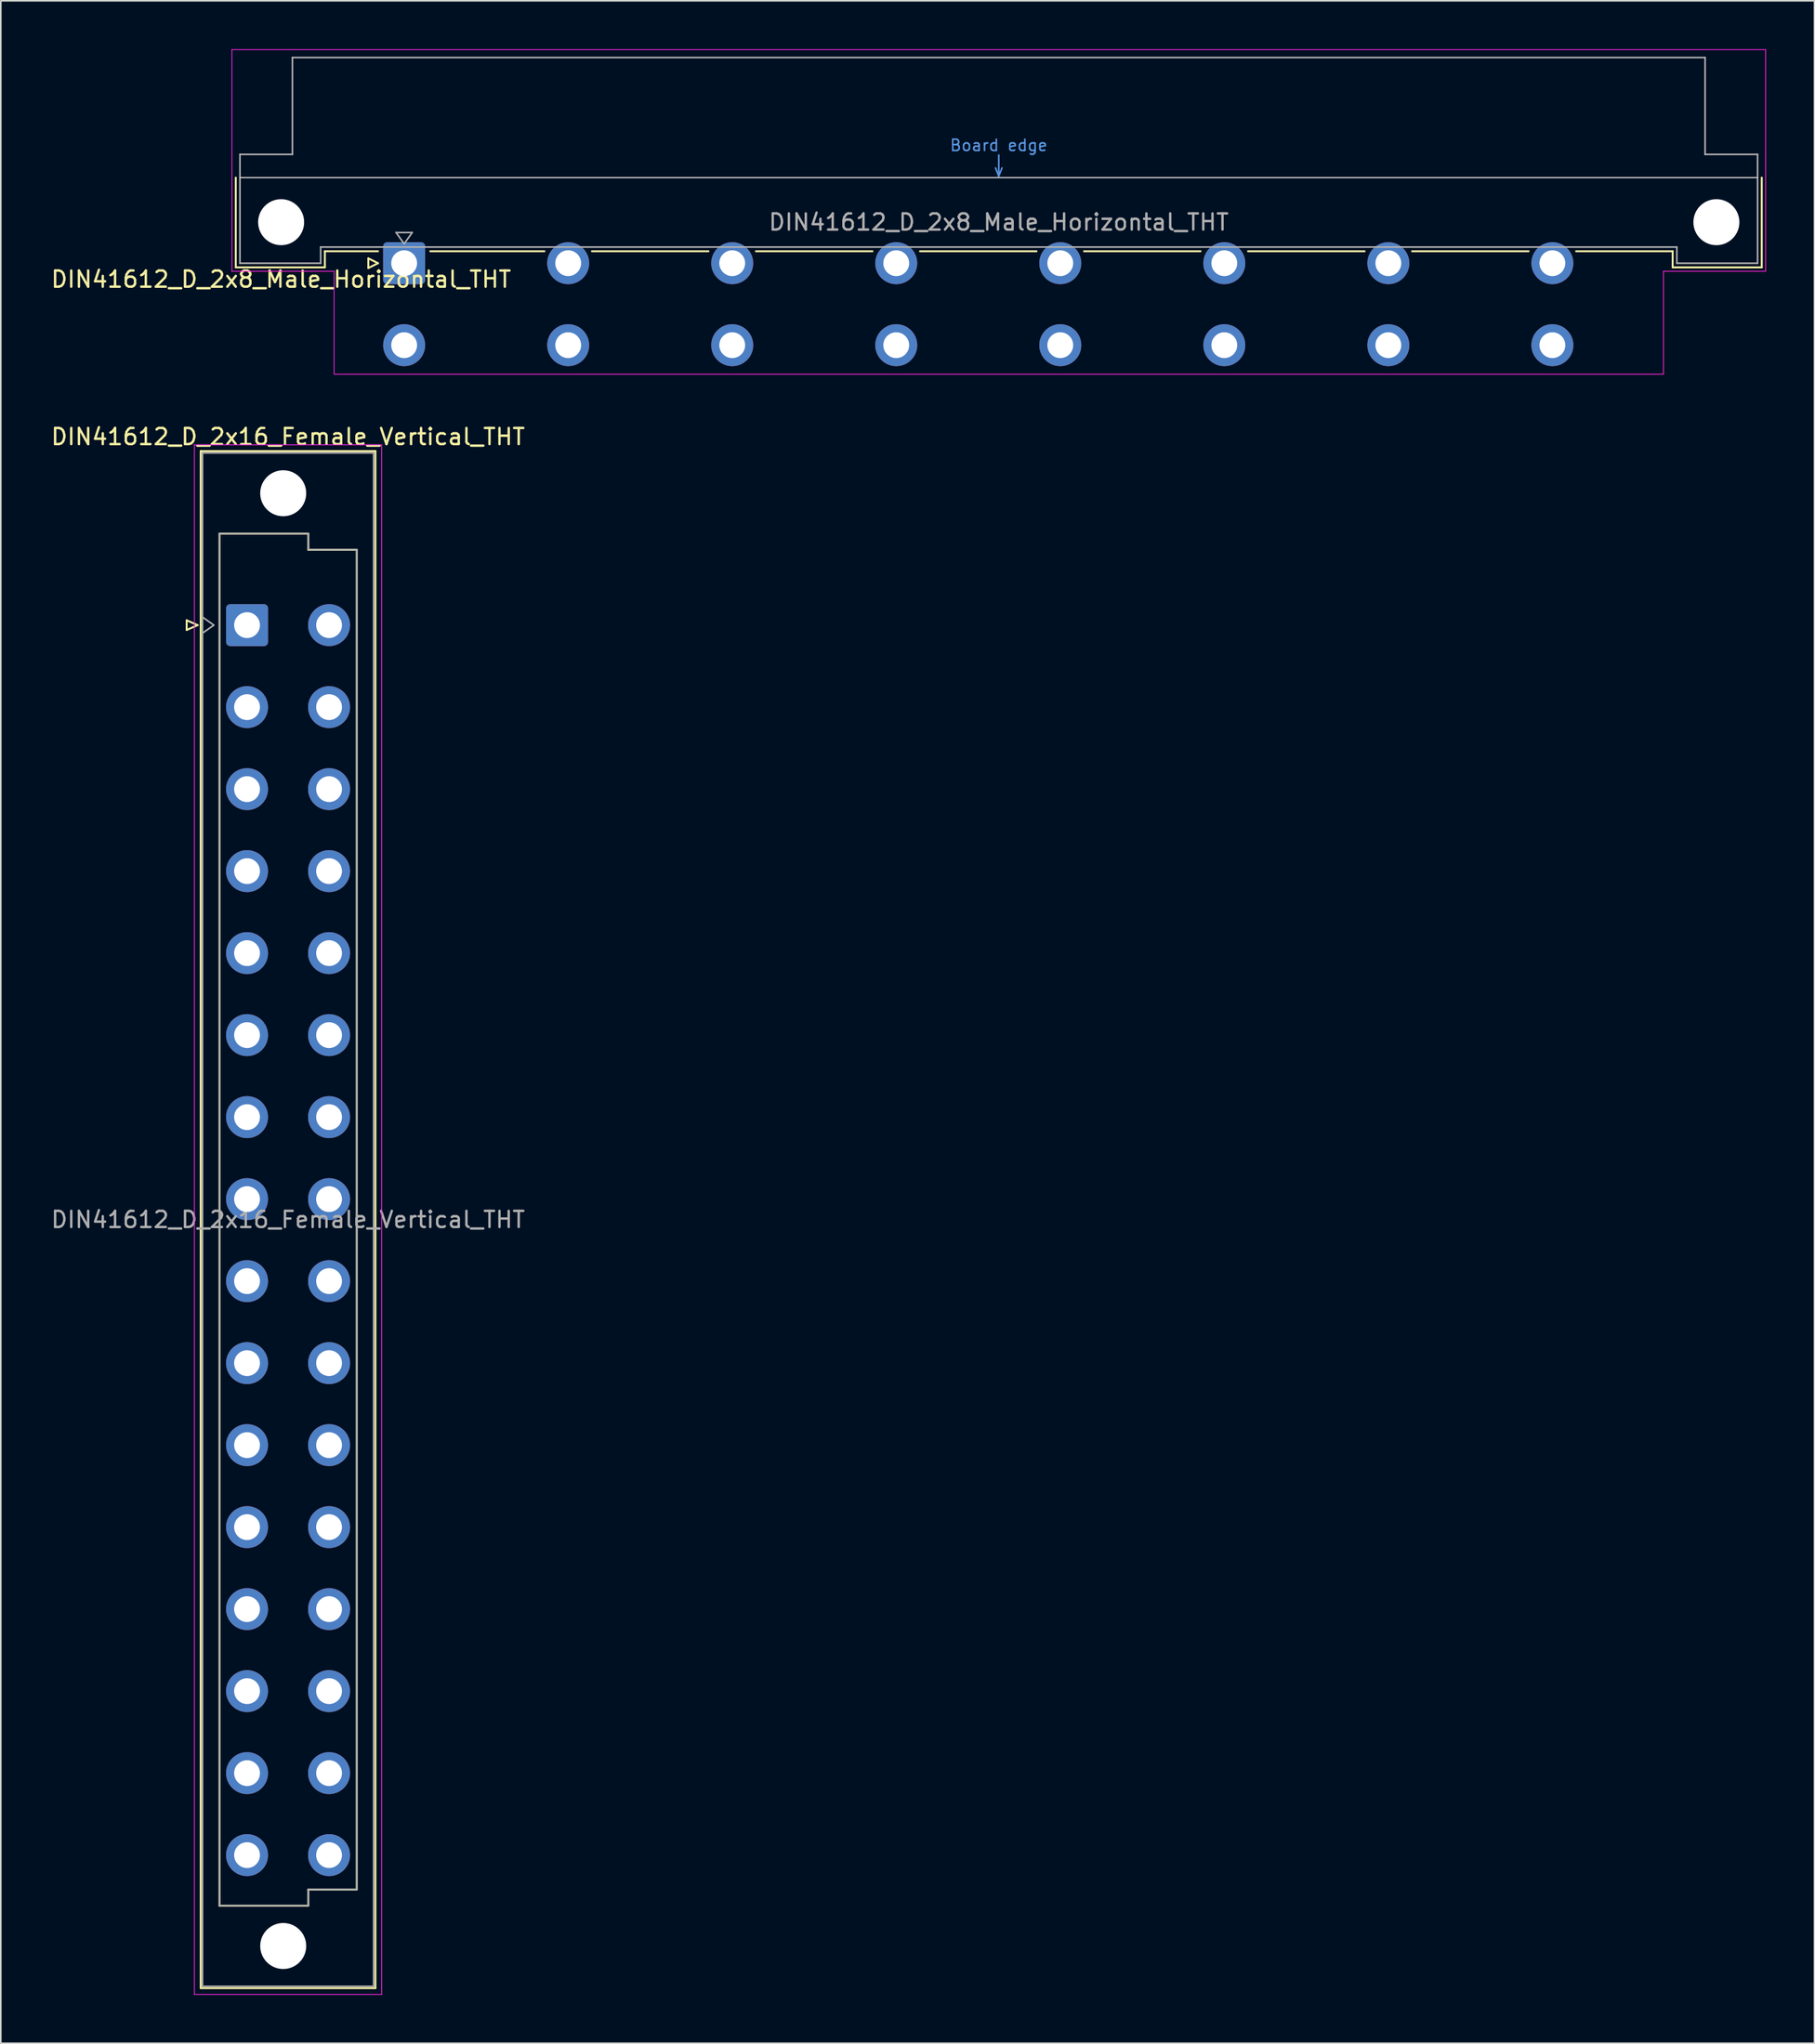
<source format=kicad_pcb>
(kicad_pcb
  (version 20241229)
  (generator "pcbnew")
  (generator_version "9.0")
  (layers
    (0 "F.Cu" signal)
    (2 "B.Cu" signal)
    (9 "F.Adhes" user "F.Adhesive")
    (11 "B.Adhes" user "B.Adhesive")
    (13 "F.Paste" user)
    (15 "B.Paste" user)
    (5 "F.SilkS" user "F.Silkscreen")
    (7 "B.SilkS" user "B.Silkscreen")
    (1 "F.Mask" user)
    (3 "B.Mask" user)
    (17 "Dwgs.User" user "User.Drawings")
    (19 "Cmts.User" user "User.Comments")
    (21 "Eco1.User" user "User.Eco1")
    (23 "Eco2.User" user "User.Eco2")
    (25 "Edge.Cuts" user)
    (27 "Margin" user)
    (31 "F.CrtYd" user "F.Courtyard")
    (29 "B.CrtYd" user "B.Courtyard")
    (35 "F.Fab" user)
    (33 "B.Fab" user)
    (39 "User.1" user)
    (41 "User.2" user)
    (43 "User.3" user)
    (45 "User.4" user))
  (footprint "DIN41612_D_2x8_Male_Horizontal_THT"
    (layer "F.Cu")
    (at 19.443 13.255)
    (property "Reference" "DIN41612_D_2x8_Male_Horizontal_THT" (at -5.08 1 0) (layer "F.SilkS") (effects (font (size 1 1) (thickness 0.15))))
    (attr through_hole)
    (fp_line (start -7.89 -5.3) (end -7.89 0.26) (stroke (width 0.12) (type solid)) (layer "F.SilkS"))
    (fp_line (start -7.89 0.26) (end -2.37 0.26) (stroke (width 0.12) (type solid)) (layer "F.SilkS"))
    (fp_line (start -2.371 -0.74) (end 0.92 -0.74) (stroke (width 0.12) (type solid)) (layer "F.SilkS"))
    (fp_line (start -2.37 0.26) (end -2.37 -0.74) (stroke (width 0.12) (type solid)) (layer "F.SilkS"))
    (fp_line (start 0.32 -0.3) (end 0.32 0.3) (stroke (width 0.12) (type solid)) (layer "F.SilkS"))
    (fp_line (start 0.32 0.3) (end 0.92 0) (stroke (width 0.12) (type solid)) (layer "F.SilkS"))
    (fp_line (start 0.92 0) (end 0.32 -0.3) (stroke (width 0.12) (type solid)) (layer "F.SilkS"))
    (fp_line (start 4.16 -0.74) (end 11.229 -0.74) (stroke (width 0.12) (type solid)) (layer "F.SilkS"))
    (fp_line (start 14.172 -0.74) (end 21.389 -0.74) (stroke (width 0.12) (type solid)) (layer "F.SilkS"))
    (fp_line (start 24.332 -0.74) (end 31.549 -0.74) (stroke (width 0.12) (type solid)) (layer "F.SilkS"))
    (fp_line (start 34.492 -0.74) (end 41.709 -0.74) (stroke (width 0.12) (type solid)) (layer "F.SilkS"))
    (fp_line (start 44.652 -0.74) (end 51.869 -0.74) (stroke (width 0.12) (type solid)) (layer "F.SilkS"))
    (fp_line (start 54.812 -0.74) (end 62.029 -0.74) (stroke (width 0.12) (type solid)) (layer "F.SilkS"))
    (fp_line (start 64.972 -0.74) (end 72.189 -0.74) (stroke (width 0.12) (type solid)) (layer "F.SilkS"))
    (fp_line (start 75.132 -0.74) (end 81.11 -0.74) (stroke (width 0.12) (type solid)) (layer "F.SilkS"))
    (fp_line (start 81.11 0.26) (end 81.11 -0.74) (stroke (width 0.12) (type solid)) (layer "F.SilkS"))
    (fp_line (start 86.63 -5.3) (end 86.63 0.26) (stroke (width 0.12) (type solid)) (layer "F.SilkS"))
    (fp_line (start 86.63 0.26) (end 81.11 0.26) (stroke (width 0.12) (type solid)) (layer "F.SilkS"))
    (fp_line (start -7.63 -5.3) (end 86.37 -5.3) (stroke (width 0.08) (type solid)) (layer "Dwgs.User"))
    (fp_line (start 39.17 -5.9) (end 39.37 -5.4) (stroke (width 0.1) (type solid)) (layer "Cmts.User"))
    (fp_line (start 39.37 -5.4) (end 39.37 -6.7) (stroke (width 0.1) (type solid)) (layer "Cmts.User"))
    (fp_line (start 39.37 -5.4) (end 39.57 -5.9) (stroke (width 0.1) (type solid)) (layer "Cmts.User"))
    (fp_line (start -8.13 -13.23) (end -8.13 0.5) (stroke (width 0.05) (type solid)) (layer "F.CrtYd"))
    (fp_line (start -8.13 0.5) (end -1.8 0.5) (stroke (width 0.05) (type solid)) (layer "F.CrtYd"))
    (fp_line (start -1.8 0.5) (end -1.8 6.88) (stroke (width 0.05) (type solid)) (layer "F.CrtYd"))
    (fp_line (start -1.8 6.88) (end 80.54 6.88) (stroke (width 0.05) (type solid)) (layer "F.CrtYd"))
    (fp_line (start 80.54 0.5) (end 86.87 0.5) (stroke (width 0.05) (type solid)) (layer "F.CrtYd"))
    (fp_line (start 80.54 6.88) (end 80.54 0.5) (stroke (width 0.05) (type solid)) (layer "F.CrtYd"))
    (fp_line (start 86.87 -13.23) (end -8.13 -13.23) (stroke (width 0.05) (type solid)) (layer "F.CrtYd"))
    (fp_line (start 86.87 0.5) (end 86.87 -13.23) (stroke (width 0.05) (type solid)) (layer "F.CrtYd"))
    (fp_line (start -7.63 -6.74) (end -7.63 0) (stroke (width 0.1) (type solid)) (layer "F.Fab"))
    (fp_line (start -7.63 0) (end -2.63 0) (stroke (width 0.1) (type solid)) (layer "F.Fab"))
    (fp_line (start -4.38 -12.74) (end -4.38 -6.74) (stroke (width 0.1) (type solid)) (layer "F.Fab"))
    (fp_line (start -4.38 -6.74) (end -7.63 -6.74) (stroke (width 0.1) (type solid)) (layer "F.Fab"))
    (fp_line (start -2.63 -1) (end 81.37 -1) (stroke (width 0.1) (type solid)) (layer "F.Fab"))
    (fp_line (start -2.63 0) (end -2.63 -1) (stroke (width 0.1) (type solid)) (layer "F.Fab"))
    (fp_line (start 2.04 -1.9) (end 3.04 -1.9) (stroke (width 0.1) (type solid)) (layer "F.Fab"))
    (fp_line (start 2.54 -1.2) (end 2.04 -1.9) (stroke (width 0.1) (type solid)) (layer "F.Fab"))
    (fp_line (start 3.04 -1.9) (end 2.54 -1.2) (stroke (width 0.1) (type solid)) (layer "F.Fab"))
    (fp_line (start 81.37 -1) (end 81.37 0) (stroke (width 0.1) (type solid)) (layer "F.Fab"))
    (fp_line (start 81.37 0) (end 86.37 0) (stroke (width 0.1) (type solid)) (layer "F.Fab"))
    (fp_line (start 83.12 -12.74) (end -4.38 -12.74) (stroke (width 0.1) (type solid)) (layer "F.Fab"))
    (fp_line (start 83.12 -6.74) (end 83.12 -12.74) (stroke (width 0.1) (type solid)) (layer "F.Fab"))
    (fp_line (start 86.37 -6.74) (end 83.12 -6.74) (stroke (width 0.1) (type solid)) (layer "F.Fab"))
    (fp_line (start 86.37 0) (end 86.37 -6.74) (stroke (width 0.1) (type solid)) (layer "F.Fab"))
    (fp_text user "Board edge" (at 39.37 -7.3 0) (layer "Cmts.User") (effects (font (size 0.7 0.7) (thickness 0.1))))
    (fp_text user "${REFERENCE}" (at 39.37 -2.54 0) (layer "F.Fab") (effects (font (size 1 1) (thickness 0.15))))
    (pad "" np_thru_hole circle (at -5.08 -2.54) (size 2.85 2.85) (drill 2.85) (layers "*.Cu" "*.Mask"))
    (pad "" np_thru_hole circle (at 83.82 -2.54) (size 2.85 2.85) (drill 2.85) (layers "*.Cu" "*.Mask"))
    (pad "a2" thru_hole roundrect (at 2.54 0) (size 2.6 2.6) (drill 1.6) (layers "*.Cu" "*.Mask") (roundrect_rratio 0.096))
    (pad "a6" thru_hole circle (at 12.7 0) (size 2.6 2.6) (drill 1.6) (layers "*.Cu" "*.Mask"))
    (pad "a10" thru_hole circle (at 22.86 0) (size 2.6 2.6) (drill 1.6) (layers "*.Cu" "*.Mask"))
    (pad "a14" thru_hole circle (at 33.02 0) (size 2.6 2.6) (drill 1.6) (layers "*.Cu" "*.Mask"))
    (pad "a18" thru_hole circle (at 43.18 0) (size 2.6 2.6) (drill 1.6) (layers "*.Cu" "*.Mask"))
    (pad "a22" thru_hole circle (at 53.34 0) (size 2.6 2.6) (drill 1.6) (layers "*.Cu" "*.Mask"))
    (pad "a26" thru_hole circle (at 63.5 0) (size 2.6 2.6) (drill 1.6) (layers "*.Cu" "*.Mask"))
    (pad "a30" thru_hole circle (at 73.66 0) (size 2.6 2.6) (drill 1.6) (layers "*.Cu" "*.Mask"))
    (pad "c2" thru_hole circle (at 2.54 5.08) (size 2.6 2.6) (drill 1.6) (layers "*.Cu" "*.Mask"))
    (pad "c6" thru_hole circle (at 12.7 5.08) (size 2.6 2.6) (drill 1.6) (layers "*.Cu" "*.Mask"))
    (pad "c10" thru_hole circle (at 22.86 5.08) (size 2.6 2.6) (drill 1.6) (layers "*.Cu" "*.Mask"))
    (pad "c14" thru_hole circle (at 33.02 5.08) (size 2.6 2.6) (drill 1.6) (layers "*.Cu" "*.Mask"))
    (pad "c18" thru_hole circle (at 43.18 5.08) (size 2.6 2.6) (drill 1.6) (layers "*.Cu" "*.Mask"))
    (pad "c22" thru_hole circle (at 53.34 5.08) (size 2.6 2.6) (drill 1.6) (layers "*.Cu" "*.Mask"))
    (pad "c26" thru_hole circle (at 63.5 5.08) (size 2.6 2.6) (drill 1.6) (layers "*.Cu" "*.Mask"))
    (pad "c30" thru_hole circle (at 73.66 5.08) (size 2.6 2.6) (drill 1.6) (layers "*.Cu" "*.Mask")))
  (footprint "DIN41612_D_2x16_Female_Vertical_THT"
    (layer "F.Cu")
    (at 12.252 33.138)
    (property "Reference" "DIN41612_D_2x16_Female_Vertical_THT" (at 2.54 -9.13 0) (layer "F.SilkS") (effects (font (size 1 1) (thickness 0.15))))
    (attr through_hole)
    (fp_line (start -3.74 2.24) (end -3.74 2.84) (stroke (width 0.12) (type solid)) (layer "F.SilkS"))
    (fp_line (start -3.74 2.84) (end -3.06 2.54) (stroke (width 0.12) (type solid)) (layer "F.SilkS"))
    (fp_line (start -3.06 2.54) (end -3.74 2.24) (stroke (width 0.12) (type solid)) (layer "F.SilkS"))
    (fp_line (start -2.87 -8.24) (end 7.95 -8.24) (stroke (width 0.12) (type solid)) (layer "F.SilkS"))
    (fp_line (start -2.87 86.98) (end -2.87 -8.24) (stroke (width 0.12) (type solid)) (layer "F.SilkS"))
    (fp_line (start -1.71 -3.131) (end 3.79 -3.131) (stroke (width 0.12) (type solid)) (layer "F.SilkS"))
    (fp_line (start -1.71 81.87) (end -1.71 -3.131) (stroke (width 0.12) (type solid)) (layer "F.SilkS"))
    (fp_line (start 3.79 -3.131) (end 3.79 -2.131) (stroke (width 0.12) (type solid)) (layer "F.SilkS"))
    (fp_line (start 3.79 -2.131) (end 6.79 -2.131) (stroke (width 0.12) (type solid)) (layer "F.SilkS"))
    (fp_line (start 3.79 80.87) (end 3.79 81.87) (stroke (width 0.12) (type solid)) (layer "F.SilkS"))
    (fp_line (start 3.79 81.87) (end -1.71 81.87) (stroke (width 0.12) (type solid)) (layer "F.SilkS"))
    (fp_line (start 6.79 -2.131) (end 6.79 80.87) (stroke (width 0.12) (type solid)) (layer "F.SilkS"))
    (fp_line (start 6.79 80.87) (end 3.79 80.87) (stroke (width 0.12) (type solid)) (layer "F.SilkS"))
    (fp_line (start 7.95 -8.24) (end 7.95 86.98) (stroke (width 0.12) (type solid)) (layer "F.SilkS"))
    (fp_line (start 7.95 86.98) (end -2.87 86.98) (stroke (width 0.12) (type solid)) (layer "F.SilkS"))
    (fp_line (start -3.26 -8.63) (end 8.34 -8.63) (stroke (width 0.05) (type solid)) (layer "F.CrtYd"))
    (fp_line (start -3.26 87.37) (end -3.26 -8.63) (stroke (width 0.05) (type solid)) (layer "F.CrtYd"))
    (fp_line (start 8.34 -8.63) (end 8.34 87.37) (stroke (width 0.05) (type solid)) (layer "F.CrtYd"))
    (fp_line (start 8.34 87.37) (end -3.26 87.37) (stroke (width 0.05) (type solid)) (layer "F.CrtYd"))
    (fp_line (start -2.76 -8.13) (end 7.84 -8.13) (stroke (width 0.1) (type solid)) (layer "F.Fab"))
    (fp_line (start -2.76 2.04) (end -2.06 2.54) (stroke (width 0.1) (type solid)) (layer "F.Fab"))
    (fp_line (start -2.76 86.87) (end -2.76 -8.13) (stroke (width 0.1) (type solid)) (layer "F.Fab"))
    (fp_line (start -2.06 2.54) (end -2.76 3.04) (stroke (width 0.1) (type solid)) (layer "F.Fab"))
    (fp_line (start -1.71 -3.13) (end 3.79 -3.13) (stroke (width 0.1) (type solid)) (layer "F.Fab"))
    (fp_line (start -1.71 81.87) (end -1.71 -3.13) (stroke (width 0.1) (type solid)) (layer "F.Fab"))
    (fp_line (start 3.79 -3.13) (end 3.79 -2.13) (stroke (width 0.1) (type solid)) (layer "F.Fab"))
    (fp_line (start 3.79 -2.13) (end 6.79 -2.13) (stroke (width 0.1) (type solid)) (layer "F.Fab"))
    (fp_line (start 3.79 80.87) (end 3.79 81.87) (stroke (width 0.1) (type solid)) (layer "F.Fab"))
    (fp_line (start 3.79 81.87) (end -1.71 81.87) (stroke (width 0.1) (type solid)) (layer "F.Fab"))
    (fp_line (start 6.79 -2.13) (end 6.79 80.87) (stroke (width 0.1) (type solid)) (layer "F.Fab"))
    (fp_line (start 6.79 80.87) (end 3.79 80.87) (stroke (width 0.1) (type solid)) (layer "F.Fab"))
    (fp_line (start 7.84 -8.13) (end 7.84 86.87) (stroke (width 0.1) (type solid)) (layer "F.Fab"))
    (fp_line (start 7.84 86.87) (end -2.76 86.87) (stroke (width 0.1) (type solid)) (layer "F.Fab"))
    (fp_text user "${REFERENCE}" (at 2.54 39.37 0) (layer "F.Fab") (effects (font (size 1 1) (thickness 0.15))))
    (pad "" np_thru_hole circle (at 2.24 -5.63) (size 2.85 2.85) (drill 2.85) (layers "*.Cu" "*.Mask"))
    (pad "" np_thru_hole circle (at 2.24 84.37) (size 2.85 2.85) (drill 2.85) (layers "*.Cu" "*.Mask"))
    (pad "a2" thru_hole roundrect (at 0 2.54) (size 2.6 2.6) (drill 1.6) (layers "*.Cu" "*.Mask") (roundrect_rratio 0.096))
    (pad "a4" thru_hole circle (at 0 7.62) (size 2.6 2.6) (drill 1.6) (layers "*.Cu" "*.Mask"))
    (pad "a6" thru_hole circle (at 0 12.7) (size 2.6 2.6) (drill 1.6) (layers "*.Cu" "*.Mask"))
    (pad "a8" thru_hole circle (at 0 17.78) (size 2.6 2.6) (drill 1.6) (layers "*.Cu" "*.Mask"))
    (pad "a10" thru_hole circle (at 0 22.86) (size 2.6 2.6) (drill 1.6) (layers "*.Cu" "*.Mask"))
    (pad "a12" thru_hole circle (at 0 27.94) (size 2.6 2.6) (drill 1.6) (layers "*.Cu" "*.Mask"))
    (pad "a14" thru_hole circle (at 0 33.02) (size 2.6 2.6) (drill 1.6) (layers "*.Cu" "*.Mask"))
    (pad "a16" thru_hole circle (at 0 38.1) (size 2.6 2.6) (drill 1.6) (layers "*.Cu" "*.Mask"))
    (pad "a18" thru_hole circle (at 0 43.18) (size 2.6 2.6) (drill 1.6) (layers "*.Cu" "*.Mask"))
    (pad "a20" thru_hole circle (at 0 48.26) (size 2.6 2.6) (drill 1.6) (layers "*.Cu" "*.Mask"))
    (pad "a22" thru_hole circle (at 0 53.34) (size 2.6 2.6) (drill 1.6) (layers "*.Cu" "*.Mask"))
    (pad "a24" thru_hole circle (at 0 58.42) (size 2.6 2.6) (drill 1.6) (layers "*.Cu" "*.Mask"))
    (pad "a26" thru_hole circle (at 0 63.5) (size 2.6 2.6) (drill 1.6) (layers "*.Cu" "*.Mask"))
    (pad "a28" thru_hole circle (at 0 68.58) (size 2.6 2.6) (drill 1.6) (layers "*.Cu" "*.Mask"))
    (pad "a30" thru_hole circle (at 0 73.66) (size 2.6 2.6) (drill 1.6) (layers "*.Cu" "*.Mask"))
    (pad "a32" thru_hole circle (at 0 78.74) (size 2.6 2.6) (drill 1.6) (layers "*.Cu" "*.Mask"))
    (pad "c2" thru_hole circle (at 5.08 2.54) (size 2.6 2.6) (drill 1.6) (layers "*.Cu" "*.Mask"))
    (pad "c4" thru_hole circle (at 5.08 7.62) (size 2.6 2.6) (drill 1.6) (layers "*.Cu" "*.Mask"))
    (pad "c6" thru_hole circle (at 5.08 12.7) (size 2.6 2.6) (drill 1.6) (layers "*.Cu" "*.Mask"))
    (pad "c8" thru_hole circle (at 5.08 17.78) (size 2.6 2.6) (drill 1.6) (layers "*.Cu" "*.Mask"))
    (pad "c10" thru_hole circle (at 5.08 22.86) (size 2.6 2.6) (drill 1.6) (layers "*.Cu" "*.Mask"))
    (pad "c12" thru_hole circle (at 5.08 27.94) (size 2.6 2.6) (drill 1.6) (layers "*.Cu" "*.Mask"))
    (pad "c14" thru_hole circle (at 5.08 33.02) (size 2.6 2.6) (drill 1.6) (layers "*.Cu" "*.Mask"))
    (pad "c16" thru_hole circle (at 5.08 38.1) (size 2.6 2.6) (drill 1.6) (layers "*.Cu" "*.Mask"))
    (pad "c18" thru_hole circle (at 5.08 43.18) (size 2.6 2.6) (drill 1.6) (layers "*.Cu" "*.Mask"))
    (pad "c20" thru_hole circle (at 5.08 48.26) (size 2.6 2.6) (drill 1.6) (layers "*.Cu" "*.Mask"))
    (pad "c22" thru_hole circle (at 5.08 53.34) (size 2.6 2.6) (drill 1.6) (layers "*.Cu" "*.Mask"))
    (pad "c24" thru_hole circle (at 5.08 58.42) (size 2.6 2.6) (drill 1.6) (layers "*.Cu" "*.Mask"))
    (pad "c26" thru_hole circle (at 5.08 63.5) (size 2.6 2.6) (drill 1.6) (layers "*.Cu" "*.Mask"))
    (pad "c28" thru_hole circle (at 5.08 68.58) (size 2.6 2.6) (drill 1.6) (layers "*.Cu" "*.Mask"))
    (pad "c30" thru_hole circle (at 5.08 73.66) (size 2.6 2.6) (drill 1.6) (layers "*.Cu" "*.Mask"))
    (pad "c32" thru_hole circle (at 5.08 78.74) (size 2.6 2.6) (drill 1.6) (layers "*.Cu" "*.Mask")))
  (gr_rect
    (start -3 -3)
    (end 109.338 123.533)
    (stroke (width 0.1) (type default))
    (fill no)
    (layer "Edge.Cuts")))
</source>
